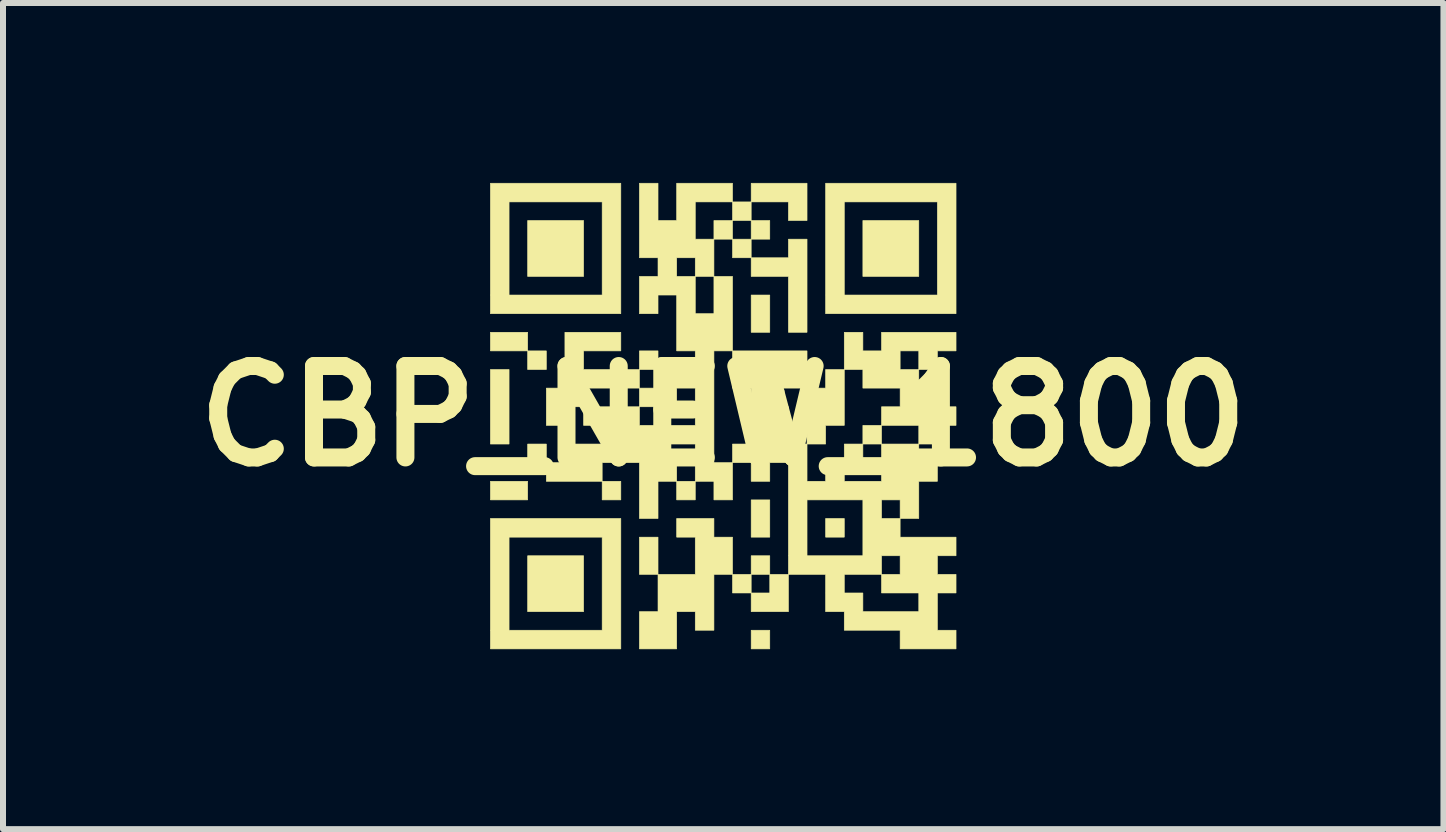
<source format=kicad_pcb>
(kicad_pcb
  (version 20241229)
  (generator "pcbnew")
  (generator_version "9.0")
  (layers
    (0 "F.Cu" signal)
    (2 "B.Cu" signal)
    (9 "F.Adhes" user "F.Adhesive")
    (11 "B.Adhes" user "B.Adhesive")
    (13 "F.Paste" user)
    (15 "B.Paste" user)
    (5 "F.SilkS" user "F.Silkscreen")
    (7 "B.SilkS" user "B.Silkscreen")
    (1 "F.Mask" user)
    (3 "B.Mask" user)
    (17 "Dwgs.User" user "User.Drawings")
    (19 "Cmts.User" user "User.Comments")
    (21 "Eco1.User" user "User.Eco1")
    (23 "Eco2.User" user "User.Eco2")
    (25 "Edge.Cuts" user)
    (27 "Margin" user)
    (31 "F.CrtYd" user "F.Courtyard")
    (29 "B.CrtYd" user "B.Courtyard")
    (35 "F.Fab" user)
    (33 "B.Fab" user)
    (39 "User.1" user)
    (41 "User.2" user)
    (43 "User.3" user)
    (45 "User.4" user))
  (footprint "CBP_NEW_1800"
    (layer "F.Cu")
    (at 9.006 3.886)
    (property "Reference" "CBP_NEW_1800" (at 0 0 0) (layer "F.SilkS") (effects (font (size 1.524 1.524) (thickness 0.3))))
    (attr through_hole)
    (fp_poly (pts (xy -3.57 0.466) (xy -3.881 0.466) (xy -3.881 -0.776) (xy -3.57 -0.776) (xy -3.57 0.466)) (stroke (width 0.01) (type solid)) (fill yes) (layer "F.SilkS"))
    (fp_poly (pts (xy -3.26 -1.087) (xy -3.881 -1.087) (xy -3.881 -1.397) (xy -3.26 -1.397) (xy -3.26 -1.087)) (stroke (width 0.01) (type solid)) (fill yes) (layer "F.SilkS"))
    (fp_poly (pts (xy -3.26 1.397) (xy -3.881 1.397) (xy -3.881 1.087) (xy -3.26 1.087) (xy -3.26 1.397)) (stroke (width 0.01) (type solid)) (fill yes) (layer "F.SilkS"))
    (fp_poly (pts (xy -2.949 -0.776) (xy -3.26 -0.776) (xy -3.26 -1.087) (xy -2.949 -1.087) (xy -2.949 -0.776)) (stroke (width 0.01) (type solid)) (fill yes) (layer "F.SilkS"))
    (fp_poly (pts (xy -2.949 0.776) (xy -3.26 0.776) (xy -3.26 0.466) (xy -2.949 0.466) (xy -2.949 0.776)) (stroke (width 0.01) (type solid)) (fill yes) (layer "F.SilkS"))
    (fp_poly (pts (xy -2.328 -2.328) (xy -3.26 -2.328) (xy -3.26 -3.26) (xy -2.328 -3.26) (xy -2.328 -2.328)) (stroke (width 0.01) (type solid)) (fill yes) (layer "F.SilkS"))
    (fp_poly (pts (xy -2.328 3.26) (xy -3.26 3.26) (xy -3.26 2.328) (xy -2.328 2.328) (xy -2.328 3.26)) (stroke (width 0.01) (type solid)) (fill yes) (layer "F.SilkS"))
    (fp_poly (pts (xy -1.707 1.397) (xy -2.018 1.397) (xy -2.018 1.087) (xy -1.707 1.087) (xy -1.707 1.397)) (stroke (width 0.01) (type solid)) (fill yes) (layer "F.SilkS"))
    (fp_poly (pts (xy -1.087 2.639) (xy -1.397 2.639) (xy -1.397 2.018) (xy -1.087 2.018) (xy -1.087 2.639)) (stroke (width 0.01) (type solid)) (fill yes) (layer "F.SilkS"))
    (fp_poly (pts (xy 0.466 -2.639) (xy 0.155 -2.639) (xy 0.155 -2.949) (xy 0.466 -2.949) (xy 0.466 -2.639)) (stroke (width 0.01) (type solid)) (fill yes) (layer "F.SilkS"))
    (fp_poly (pts (xy 0.776 -2.949) (xy 0.466 -2.949) (xy 0.466 -3.26) (xy 0.776 -3.26) (xy 0.776 -2.949)) (stroke (width 0.01) (type solid)) (fill yes) (layer "F.SilkS"))
    (fp_poly (pts (xy 0.776 -1.397) (xy 0.466 -1.397) (xy 0.466 -2.018) (xy 0.776 -2.018) (xy 0.776 -1.397)) (stroke (width 0.01) (type solid)) (fill yes) (layer "F.SilkS"))
    (fp_poly (pts (xy 0.776 2.018) (xy 0.466 2.018) (xy 0.466 1.397) (xy 0.776 1.397) (xy 0.776 2.018)) (stroke (width 0.01) (type solid)) (fill yes) (layer "F.SilkS"))
    (fp_poly (pts (xy 0.776 3.881) (xy 0.466 3.881) (xy 0.466 3.57) (xy 0.776 3.57) (xy 0.776 3.881)) (stroke (width 0.01) (type solid)) (fill yes) (layer "F.SilkS"))
    (fp_poly (pts (xy 2.018 2.018) (xy 1.707 2.018) (xy 1.707 1.707) (xy 2.018 1.707) (xy 2.018 2.018)) (stroke (width 0.01) (type solid)) (fill yes) (layer "F.SilkS"))
    (fp_poly (pts (xy 2.328 0.776) (xy 2.018 0.776) (xy 2.018 0.466) (xy 2.328 0.466) (xy 2.328 0.776)) (stroke (width 0.01) (type solid)) (fill yes) (layer "F.SilkS"))
    (fp_poly (pts (xy 2.639 0.466) (xy 2.328 0.466) (xy 2.328 0.155) (xy 2.639 0.155) (xy 2.639 0.466)) (stroke (width 0.01) (type solid)) (fill yes) (layer "F.SilkS"))
    (fp_poly (pts (xy 3.26 -2.328) (xy 2.328 -2.328) (xy 2.328 -3.26) (xy 3.26 -3.26) (xy 3.26 -2.328)) (stroke (width 0.01) (type solid)) (fill yes) (layer "F.SilkS"))
    (fp_poly (pts (xy 1.397 -3.26) (xy 1.087 -3.26) (xy 1.087 -3.57) (xy 0.466 -3.57) (xy 0.466 -3.881) (xy 1.397 -3.881) (xy 1.397 -3.26)) (stroke (width 0.01) (type solid)) (fill yes) (layer "F.SilkS"))
    (fp_poly (pts (xy 1.397 -1.397) (xy 1.087 -1.397) (xy 1.087 -2.328) (xy 0.466 -2.328) (xy 0.466 -2.639) (xy 1.087 -2.639) (xy 1.087 -2.949) (xy 1.397 -2.949) (xy 1.397 -1.397)) (stroke (width 0.01) (type solid)) (fill yes) (layer "F.SilkS"))
    (fp_poly (pts (xy -1.707 -1.707) (xy -3.881 -1.707) (xy -3.881 -3.57) (xy -3.57 -3.57) (xy -3.57 -2.018) (xy -2.018 -2.018) (xy -2.018 -3.57) (xy -3.57 -3.57) (xy -3.881 -3.57) (xy -3.881 -3.881) (xy -1.707 -3.881) (xy -1.707 -1.707)) (stroke (width 0.01) (type solid)) (fill yes) (layer "F.SilkS"))
    (fp_poly (pts (xy -1.707 3.881) (xy -3.881 3.881) (xy -3.881 2.018) (xy -3.57 2.018) (xy -3.57 3.57) (xy -2.018 3.57) (xy -2.018 2.018) (xy -3.57 2.018) (xy -3.881 2.018) (xy -3.881 1.707) (xy -1.707 1.707) (xy -1.707 3.881)) (stroke (width 0.01) (type solid)) (fill yes) (layer "F.SilkS"))
    (fp_poly (pts (xy 3.881 -1.707) (xy 1.707 -1.707) (xy 1.707 -3.57) (xy 2.018 -3.57) (xy 2.018 -2.018) (xy 3.57 -2.018) (xy 3.57 -3.57) (xy 2.018 -3.57) (xy 1.707 -3.57) (xy 1.707 -3.881) (xy 3.881 -3.881) (xy 3.881 -1.707)) (stroke (width 0.01) (type solid)) (fill yes) (layer "F.SilkS"))
    (fp_poly (pts (xy 1.087 2.639) (xy 1.087 3.26) (xy 0.466 3.26) (xy 0.466 2.949) (xy 0.155 2.949) (xy 0.155 2.639) (xy 0.466 2.639) (xy 0.466 2.949) (xy 0.776 2.949) (xy 0.776 2.639) (xy 0.466 2.639) (xy 0.466 2.328) (xy 0.776 2.328) (xy 0.776 2.639) (xy 1.087 2.639)) (stroke (width 0.01) (type solid)) (fill yes) (layer "F.SilkS"))
    (fp_poly (pts (xy -0.155 2.018) (xy 0.155 2.018) (xy 0.155 2.639) (xy -0.155 2.639) (xy -0.155 3.57) (xy -0.466 3.57) (xy -0.466 3.26) (xy -0.776 3.26) (xy -0.776 3.881) (xy -1.397 3.881) (xy -1.397 3.26) (xy -1.087 3.26) (xy -1.087 2.639) (xy -0.466 2.639) (xy -0.466 2.018) (xy -0.776 2.018) (xy -0.776 1.707) (xy -0.155 1.707) (xy -0.155 2.018)) (stroke (width 0.01) (type solid)) (fill yes) (layer "F.SilkS"))
    (fp_poly (pts (xy 0.155 -2.328) (xy 0.155 -1.087) (xy -0.155 -1.087) (xy -0.155 0.776) (xy 0.155 0.776) (xy 0.155 1.397) (xy -0.155 1.397) (xy -0.155 1.087) (xy -0.466 1.087) (xy -0.466 1.397) (xy -0.776 1.397) (xy -0.776 1.087) (xy -1.087 1.087) (xy -1.087 1.707) (xy -1.397 1.707) (xy -1.397 0.776) (xy -2.018 0.776) (xy -2.018 1.087) (xy -2.949 1.087) (xy -2.949 0.776) (xy -2.639 0.776) (xy -2.639 0.466) (xy -1.707 0.466) (xy -1.087 0.466) (xy -1.087 0.776) (xy -0.776 0.776) (xy -0.776 1.087) (xy -0.466 1.087) (xy -0.466 0.466) (xy -1.087 0.466) (xy -1.707 0.466) (xy -1.707 0.155) (xy -2.328 0.155) (xy -2.328 -0.155) (xy -2.639 -0.155) (xy -2.639 0.155) (xy -2.949 0.155) (xy -2.949 -0.466) (xy -2.639 -0.466) (xy -2.328 -0.466) (xy -2.328 -0.155) (xy -1.397 -0.155) (xy -1.397 0.155) (xy -0.466 0.155) (xy -0.466 -0.466) (xy -0.776 -0.466) (xy -0.776 -0.155) (xy -1.397 -0.155) (xy -1.397 -0.466) (xy -2.328 -0.466) (xy -2.639 -0.466) (xy -2.639 -1.397) (xy -1.707 -1.397) (xy -1.707 -1.087) (xy -2.328 -1.087) (xy -2.328 -0.776) (xy -1.397 -0.776) (xy -1.397 -0.466) (xy -1.087 -0.466) (xy -1.087 -0.776) (xy -1.397 -0.776) (xy -1.397 -1.087) (xy -1.087 -1.087) (xy -1.087 -0.776) (xy -0.466 -0.776) (xy -0.466 -1.087) (xy -0.776 -1.087) (xy -0.776 -2.018) (xy -1.087 -2.018) (xy -1.087 -1.707) (xy -1.397 -1.707) (xy -1.397 -2.328) (xy -1.087 -2.328) (xy -1.087 -2.639) (xy -0.776 -2.639) (xy -0.776 -2.328) (xy -0.466 -2.328) (xy -0.466 -1.707) (xy -0.155 -1.707) (xy -0.155 -2.328) (xy -0.466 -2.328) (xy -0.466 -2.639) (xy -0.776 -2.639) (xy -1.087 -2.639) (xy -1.397 -2.639) (xy -1.397 -3.881) (xy -1.087 -3.881) (xy -1.087 -3.26) (xy -0.776 -3.26) (xy -0.776 -3.57) (xy -0.466 -3.57) (xy -0.466 -2.949) (xy -0.155 -2.949) (xy -0.155 -3.26) (xy 0.155 -3.26) (xy 0.155 -3.57) (xy -0.466 -3.57) (xy -0.776 -3.57) (xy -0.776 -3.881) (xy 0.155 -3.881) (xy 0.155 -3.57) (xy 0.466 -3.57) (xy 0.466 -3.26) (xy 0.155 -3.26) (xy 0.155 -2.949) (xy -0.155 -2.949) (xy -0.155 -2.328) (xy 0.155 -2.328)) (stroke (width 0.01) (type solid)) (fill yes) (layer "F.SilkS"))
    (fp_poly (pts (xy 2.328 -1.087) (xy 2.639 -1.087) (xy 2.949 -1.087) (xy 2.949 -0.776) (xy 3.26 -0.776) (xy 3.26 -1.087) (xy 2.949 -1.087) (xy 2.639 -1.087) (xy 2.639 -1.397) (xy 3.881 -1.397) (xy 3.881 -1.087) (xy 3.57 -1.087) (xy 3.57 -0.776) (xy 3.26 -0.776) (xy 3.26 -0.466) (xy 3.57 -0.466) (xy 3.57 -0.155) (xy 3.881 -0.155) (xy 3.881 0.155) (xy 3.57 0.155) (xy 3.57 0.466) (xy 3.26 0.466) (xy 3.26 0.776) (xy 3.57 0.776) (xy 3.57 1.087) (xy 3.26 1.087) (xy 3.26 1.707) (xy 2.949 1.707) (xy 2.949 2.018) (xy 3.881 2.018) (xy 3.881 2.328) (xy 3.57 2.328) (xy 3.57 2.639) (xy 3.881 2.639) (xy 3.881 2.949) (xy 3.57 2.949) (xy 3.57 3.57) (xy 3.881 3.57) (xy 3.881 3.881) (xy 2.949 3.881) (xy 2.949 3.57) (xy 2.018 3.57) (xy 2.018 3.26) (xy 1.707 3.26) (xy 1.707 2.639) (xy 2.018 2.639) (xy 2.018 2.949) (xy 2.328 2.949) (xy 2.328 3.26) (xy 3.26 3.26) (xy 3.26 2.949) (xy 2.639 2.949) (xy 2.639 2.639) (xy 2.018 2.639) (xy 1.707 2.639) (xy 1.087 2.639) (xy 1.087 1.397) (xy 1.397 1.397) (xy 1.397 2.328) (xy 2.328 2.328) (xy 2.639 2.328) (xy 2.639 2.639) (xy 2.949 2.639) (xy 2.949 2.328) (xy 2.639 2.328) (xy 2.328 2.328) (xy 2.328 1.397) (xy 2.639 1.397) (xy 2.639 1.707) (xy 2.949 1.707) (xy 2.949 1.397) (xy 2.639 1.397) (xy 2.328 1.397) (xy 1.397 1.397) (xy 1.087 1.397) (xy 1.087 0.776) (xy 0.776 0.776) (xy 0.776 1.087) (xy 0.466 1.087) (xy 0.466 0.776) (xy 0.155 0.776) (xy 0.155 0.466) (xy 0.466 0.466) (xy 0.466 -0.466) (xy 0.776 -0.466) (xy 0.776 -0.155) (xy 1.087 -0.155) (xy 1.087 0.466) (xy 1.397 0.466) (xy 1.397 1.087) (xy 1.707 1.087) (xy 1.707 0.776) (xy 2.018 0.776) (xy 2.018 1.087) (xy 2.639 1.087) (xy 2.639 0.466) (xy 3.26 0.466) (xy 3.26 0.155) (xy 2.639 0.155) (xy 2.639 -0.155) (xy 2.949 -0.155) (xy 2.949 -0.466) (xy 2.328 -0.466) (xy 2.328 -0.776) (xy 2.018 -0.776) (xy 2.018 0.155) (xy 1.707 0.155) (xy 1.707 0.466) (xy 1.397 0.466) (xy 1.397 -0.466) (xy 0.776 -0.466) (xy 0.466 -0.466) (xy 0.155 -0.466) (xy 0.155 -1.087) (xy 1.397 -1.087) (xy 1.397 -0.466) (xy 1.707 -0.466) (xy 1.707 -0.776) (xy 2.018 -0.776) (xy 2.018 -1.397) (xy 2.328 -1.397) (xy 2.328 -1.087)) (stroke (width 0.01) (type solid)) (fill yes) (layer "F.SilkS")))
  (gr_rect
    (start -3 -3)
    (end 21.012 10.771)
    (stroke (width 0.1) (type default))
    (fill no)
    (layer "Edge.Cuts")))
</source>
